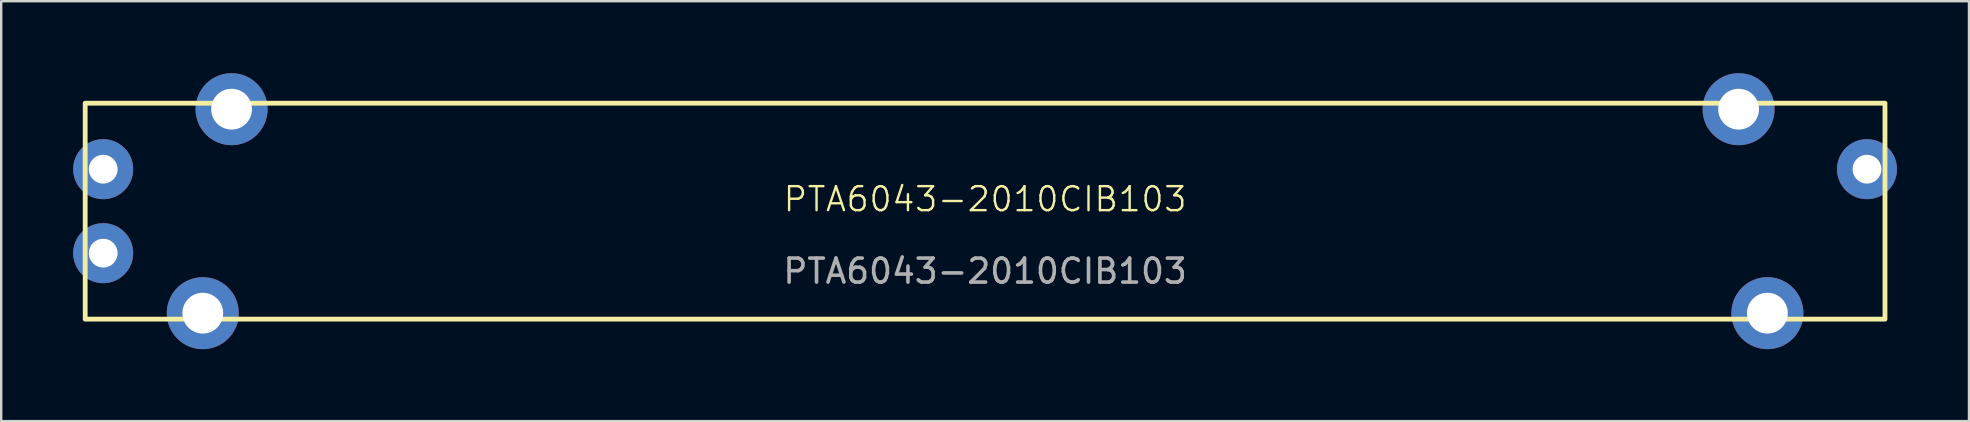
<source format=kicad_pcb>
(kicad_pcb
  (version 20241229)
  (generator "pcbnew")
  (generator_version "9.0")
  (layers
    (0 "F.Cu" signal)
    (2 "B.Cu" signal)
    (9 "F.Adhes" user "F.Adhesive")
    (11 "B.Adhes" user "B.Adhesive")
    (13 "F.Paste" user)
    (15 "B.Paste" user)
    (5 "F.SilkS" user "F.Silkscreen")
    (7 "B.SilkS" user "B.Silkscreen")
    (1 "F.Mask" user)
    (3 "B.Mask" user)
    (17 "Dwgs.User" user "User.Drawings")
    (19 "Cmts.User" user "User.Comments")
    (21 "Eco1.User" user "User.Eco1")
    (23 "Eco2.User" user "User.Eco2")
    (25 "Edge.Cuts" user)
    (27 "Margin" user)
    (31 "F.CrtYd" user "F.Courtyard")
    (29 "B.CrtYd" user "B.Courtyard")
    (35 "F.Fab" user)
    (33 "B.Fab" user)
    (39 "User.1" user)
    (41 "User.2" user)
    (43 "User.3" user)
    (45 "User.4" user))
  (footprint "PTA6043-2010CIB103"
    (layer "F.Cu")
    (at 38 5.75)
    (property "Reference" "PTA6043-2010CIB103" (at 0 -0.5 0) (unlocked yes) (layer "F.SilkS") (effects (font (size 1 1) (thickness 0.1))))
    (attr through_hole)
    (fp_rect (start -37.5 -4.5) (end 37.5 4.5) (stroke (width 0.2) (type default)) (fill no) (layer "F.SilkS"))
    (fp_text user "${REFERENCE}" (at 0 2.5 0) (unlocked yes) (layer "F.Fab") (effects (font (size 1 1) (thickness 0.15))))
    (pad "" thru_hole circle (at -32.6 4.25) (size 3 3) (drill 1.7) (layers "*.Cu" "*.Mask"))
    (pad "" thru_hole circle (at -31.4 -4.25) (size 3 3) (drill 1.7) (layers "*.Cu" "*.Mask"))
    (pad "" thru_hole circle (at 31.4 -4.25) (size 3 3) (drill 1.7) (layers "*.Cu" "*.Mask"))
    (pad "" thru_hole circle (at 32.6 4.25) (size 3 3) (drill 1.7) (layers "*.Cu" "*.Mask"))
    (pad "1" thru_hole circle (at -36.75 -1.75) (size 2.5 2.5) (drill 1.2) (layers "*.Cu" "*.Mask"))
    (pad "2" thru_hole circle (at -36.75 1.75) (size 2.5 2.5) (drill 1.2) (layers "*.Cu" "*.Mask"))
    (pad "3" thru_hole circle (at 36.75 -1.75) (size 2.5 2.5) (drill 1.2) (layers "*.Cu" "*.Mask")))
  (gr_rect
    (start -3 -3)
    (end 79 14.5)
    (stroke (width 0.1) (type default))
    (fill no)
    (layer "Edge.Cuts")))
</source>
